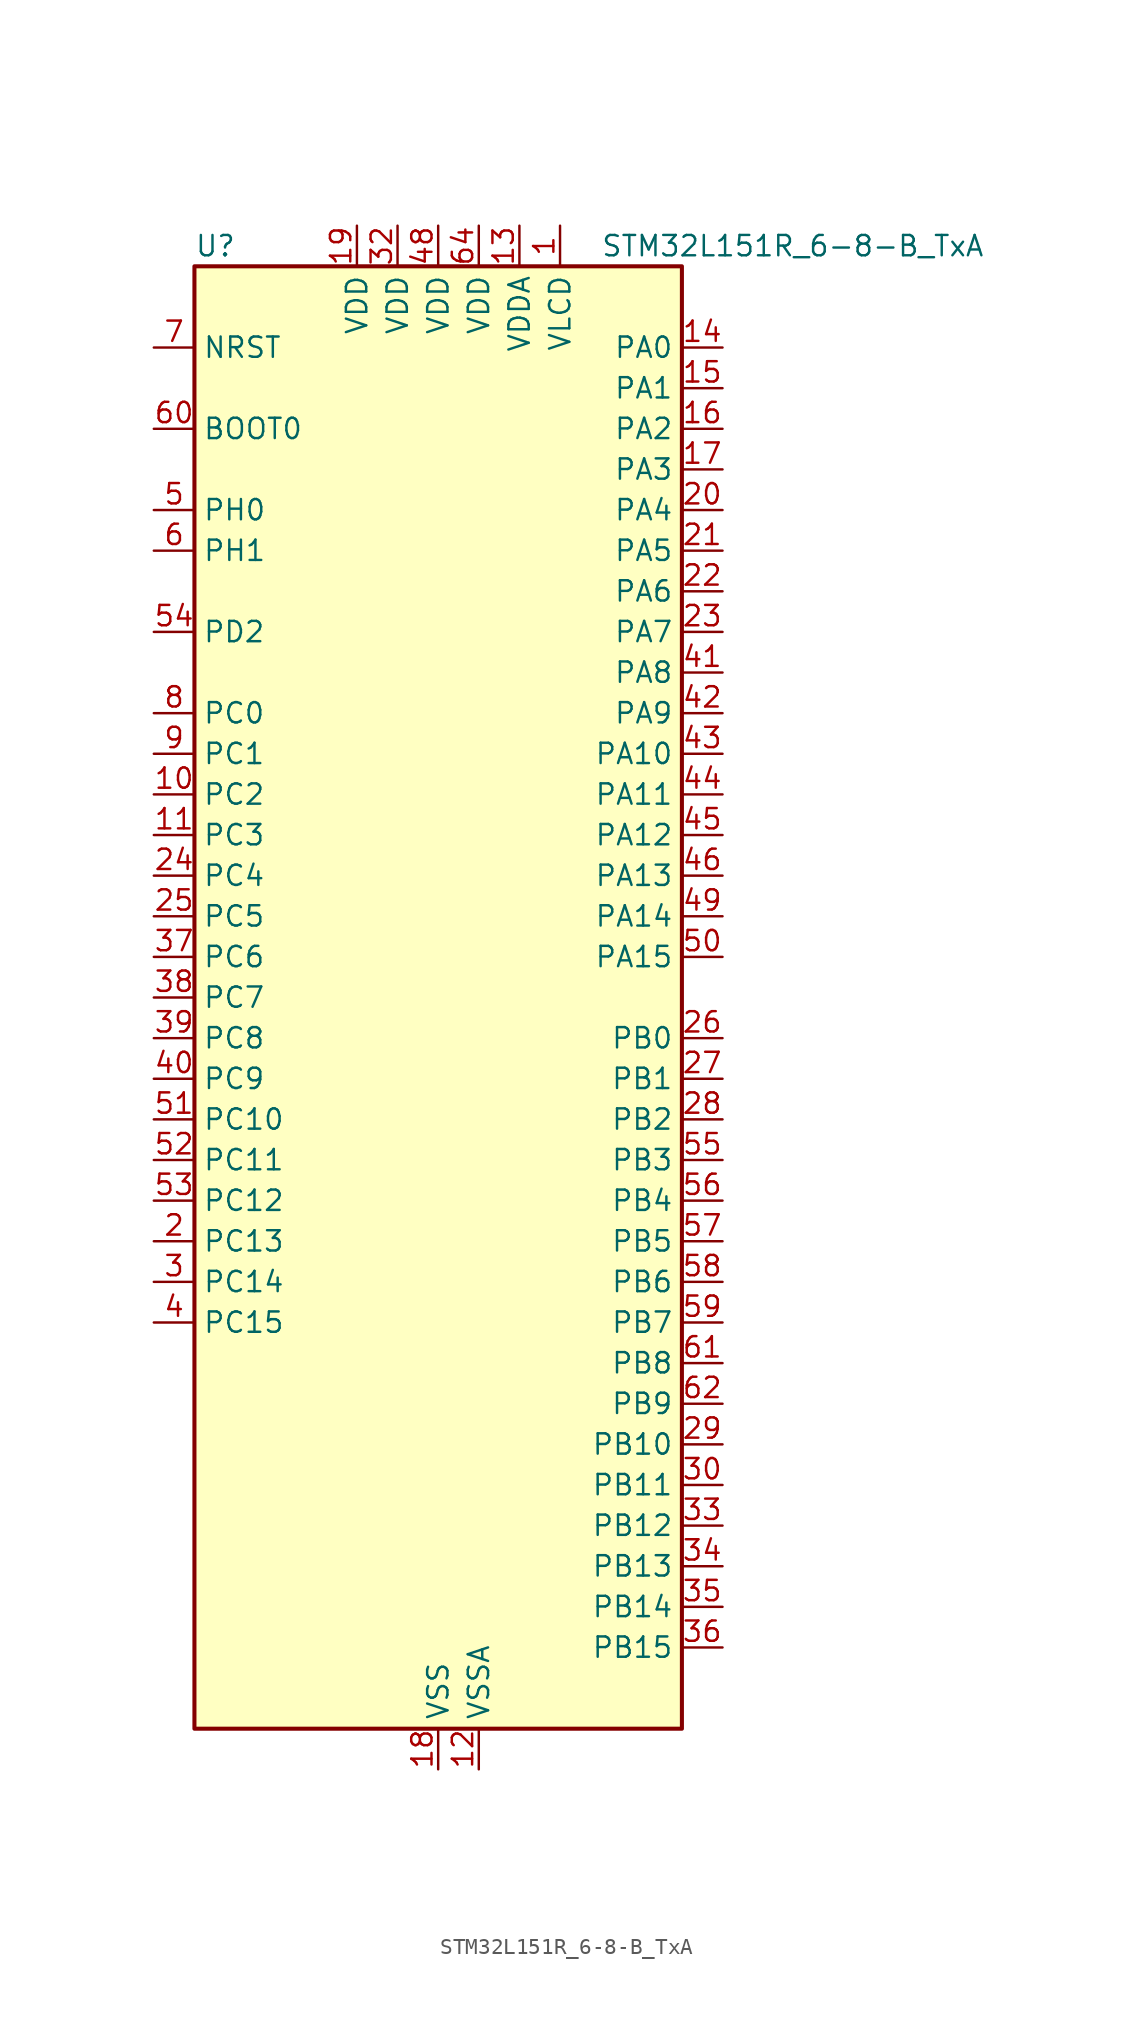
<source format=kicad_sym>
(kicad_symbol_lib
  (version 20241209)
  (generator "kicad_symbol_editor")
  (generator_version "9.0")
  (symbol "STM32L151R_6-8-B_TxA"
    (property "Reference" "U"
      (at -15.24 46.99 0)
      (effects (font (size 1.27 1.27)) (justify left)))
    (property "Value" "STM32L151R_6-8-B_TxA"
      (at 10.16 46.99 0)
      (effects (font (size 1.27 1.27)) (justify left)))
    (symbol "STM32L151R_6-8-B_TxA_0_1"
      (rectangle (start -15.24 -45.72) (end 15.24 45.72) (stroke (width 0.254) (type default)) (fill (type background))))
    (symbol "STM32L151R_6-8-B_TxA_1_1"
      (pin input line (at -17.78 40.64 0) (length 2.54) (name "NRST" (effects (font (size 1.27 1.27)))) (number "7" (effects (font (size 1.27 1.27)))))
      (pin input line (at -17.78 35.56 0) (length 2.54) (name "BOOT0" (effects (font (size 1.27 1.27)))) (number "60" (effects (font (size 1.27 1.27)))))
      (pin bidirectional line (at -17.78 30.48 0) (length 2.54) (name "PH0" (effects (font (size 1.27 1.27)))) (number "5" (effects (font (size 1.27 1.27)))) (alternate "RCC_OSC_IN" bidirectional line))
      (pin bidirectional line (at -17.78 27.94 0) (length 2.54) (name "PH1" (effects (font (size 1.27 1.27)))) (number "6" (effects (font (size 1.27 1.27)))) (alternate "RCC_OSC_OUT" bidirectional line))
      (pin bidirectional line (at -17.78 22.86 0) (length 2.54) (name "PD2" (effects (font (size 1.27 1.27)))) (number "54" (effects (font (size 1.27 1.27)))) (alternate "TIM3_ETR" bidirectional line) (alternate "TIMX_IC3" bidirectional line))
      (pin bidirectional line (at -17.78 17.78 0) (length 2.54) (name "PC0" (effects (font (size 1.27 1.27)))) (number "8" (effects (font (size 1.27 1.27)))) (alternate "ADC_IN10" bidirectional line) (alternate "COMP1_INP" bidirectional line) (alternate "TIMX_IC1" bidirectional line) (alternate "TS_G8_IO1" bidirectional line))
      (pin bidirectional line (at -17.78 15.24 0) (length 2.54) (name "PC1" (effects (font (size 1.27 1.27)))) (number "9" (effects (font (size 1.27 1.27)))) (alternate "ADC_IN11" bidirectional line) (alternate "COMP1_INP" bidirectional line) (alternate "TIMX_IC2" bidirectional line) (alternate "TS_G8_IO2" bidirectional line))
      (pin bidirectional line (at -17.78 12.7 0) (length 2.54) (name "PC2" (effects (font (size 1.27 1.27)))) (number "10" (effects (font (size 1.27 1.27)))) (alternate "ADC_IN12" bidirectional line) (alternate "COMP1_INP" bidirectional line) (alternate "TIMX_IC3" bidirectional line) (alternate "TS_G8_IO3" bidirectional line))
      (pin bidirectional line (at -17.78 10.16 0) (length 2.54) (name "PC3" (effects (font (size 1.27 1.27)))) (number "11" (effects (font (size 1.27 1.27)))) (alternate "ADC_IN13" bidirectional line) (alternate "COMP1_INP" bidirectional line) (alternate "TIMX_IC4" bidirectional line) (alternate "TS_G8_IO4" bidirectional line))
      (pin bidirectional line (at -17.78 7.62 0) (length 2.54) (name "PC4" (effects (font (size 1.27 1.27)))) (number "24" (effects (font (size 1.27 1.27)))) (alternate "ADC_IN14" bidirectional line) (alternate "COMP1_INP" bidirectional line) (alternate "TIMX_IC1" bidirectional line) (alternate "TS_G9_IO1" bidirectional line))
      (pin bidirectional line (at -17.78 5.08 0) (length 2.54) (name "PC5" (effects (font (size 1.27 1.27)))) (number "25" (effects (font (size 1.27 1.27)))) (alternate "ADC_IN15" bidirectional line) (alternate "COMP1_INP" bidirectional line) (alternate "TIMX_IC2" bidirectional line) (alternate "TS_G9_IO2" bidirectional line))
      (pin bidirectional line (at -17.78 2.54 0) (length 2.54) (name "PC6" (effects (font (size 1.27 1.27)))) (number "37" (effects (font (size 1.27 1.27)))) (alternate "TIM3_CH1" bidirectional line) (alternate "TIMX_IC3" bidirectional line) (alternate "TS_G10_IO1" bidirectional line))
      (pin bidirectional line (at -17.78 0 0) (length 2.54) (name "PC7" (effects (font (size 1.27 1.27)))) (number "38" (effects (font (size 1.27 1.27)))) (alternate "TIM3_CH2" bidirectional line) (alternate "TIMX_IC4" bidirectional line) (alternate "TS_G10_IO2" bidirectional line))
      (pin bidirectional line (at -17.78 -2.54 0) (length 2.54) (name "PC8" (effects (font (size 1.27 1.27)))) (number "39" (effects (font (size 1.27 1.27)))) (alternate "TIM3_CH3" bidirectional line) (alternate "TIMX_IC1" bidirectional line) (alternate "TS_G10_IO3" bidirectional line))
      (pin bidirectional line (at -17.78 -5.08 0) (length 2.54) (name "PC9" (effects (font (size 1.27 1.27)))) (number "40" (effects (font (size 1.27 1.27)))) (alternate "DAC_EXTI9" bidirectional line) (alternate "TIM3_CH4" bidirectional line) (alternate "TIMX_IC2" bidirectional line) (alternate "TS_G10_IO4" bidirectional line))
      (pin bidirectional line (at -17.78 -7.62 0) (length 2.54) (name "PC10" (effects (font (size 1.27 1.27)))) (number "51" (effects (font (size 1.27 1.27)))) (alternate "TIMX_IC3" bidirectional line) (alternate "USART3_TX" bidirectional line))
      (pin bidirectional line (at -17.78 -10.16 0) (length 2.54) (name "PC11" (effects (font (size 1.27 1.27)))) (number "52" (effects (font (size 1.27 1.27)))) (alternate "ADC_EXTI11" bidirectional line) (alternate "TIMX_IC4" bidirectional line) (alternate "USART3_RX" bidirectional line))
      (pin bidirectional line (at -17.78 -12.7 0) (length 2.54) (name "PC12" (effects (font (size 1.27 1.27)))) (number "53" (effects (font (size 1.27 1.27)))) (alternate "TIMX_IC1" bidirectional line) (alternate "USART3_CK" bidirectional line))
      (pin bidirectional line (at -17.78 -15.24 0) (length 2.54) (name "PC13" (effects (font (size 1.27 1.27)))) (number "2" (effects (font (size 1.27 1.27)))) (alternate "RTC_OUT_ALARM" bidirectional line) (alternate "RTC_OUT_CALIB" bidirectional line) (alternate "RTC_TAMP1" bidirectional line) (alternate "RTC_TS" bidirectional line) (alternate "SYS_WKUP2" bidirectional line) (alternate "TIMX_IC2" bidirectional line))
      (pin bidirectional line (at -17.78 -17.78 0) (length 2.54) (name "PC14" (effects (font (size 1.27 1.27)))) (number "3" (effects (font (size 1.27 1.27)))) (alternate "RCC_OSC32_IN" bidirectional line) (alternate "TIMX_IC3" bidirectional line))
      (pin bidirectional line (at -17.78 -20.32 0) (length 2.54) (name "PC15" (effects (font (size 1.27 1.27)))) (number "4" (effects (font (size 1.27 1.27)))) (alternate "ADC_EXTI15" bidirectional line) (alternate "RCC_OSC32_OUT" bidirectional line) (alternate "TIMX_IC4" bidirectional line))
      (pin power_in line (at -5.08 48.26 270) (length 2.54) (name "VDD" (effects (font (size 1.27 1.27)))) (number "19" (effects (font (size 1.27 1.27)))))
      (pin power_in line (at -2.54 48.26 270) (length 2.54) (name "VDD" (effects (font (size 1.27 1.27)))) (number "32" (effects (font (size 1.27 1.27)))))
      (pin power_in line (at 0 48.26 270) (length 2.54) (name "VDD" (effects (font (size 1.27 1.27)))) (number "48" (effects (font (size 1.27 1.27)))))
      (pin power_in line (at 0 -48.26 90) (length 2.54) (name "VSS" (effects (font (size 1.27 1.27)))) (number "18" (effects (font (size 1.27 1.27)))))
      (pin passive line (at 0 -48.26 90) (length 2.54) (hide yes) (name "VSS" (effects (font (size 1.27 1.27)))) (number "31" (effects (font (size 1.27 1.27)))))
      (pin passive line (at 0 -48.26 90) (length 2.54) (hide yes) (name "VSS" (effects (font (size 1.27 1.27)))) (number "47" (effects (font (size 1.27 1.27)))))
      (pin passive line (at 0 -48.26 90) (length 2.54) (hide yes) (name "VSS" (effects (font (size 1.27 1.27)))) (number "63" (effects (font (size 1.27 1.27)))))
      (pin power_in line (at 2.54 48.26 270) (length 2.54) (name "VDD" (effects (font (size 1.27 1.27)))) (number "64" (effects (font (size 1.27 1.27)))))
      (pin power_in line (at 2.54 -48.26 90) (length 2.54) (name "VSSA" (effects (font (size 1.27 1.27)))) (number "12" (effects (font (size 1.27 1.27)))))
      (pin power_in line (at 5.08 48.26 270) (length 2.54) (name "VDDA" (effects (font (size 1.27 1.27)))) (number "13" (effects (font (size 1.27 1.27)))))
      (pin power_in line (at 7.62 48.26 270) (length 2.54) (name "VLCD" (effects (font (size 1.27 1.27)))) (number "1" (effects (font (size 1.27 1.27)))))
      (pin bidirectional line (at 17.78 40.64 180) (length 2.54) (name "PA0" (effects (font (size 1.27 1.27)))) (number "14" (effects (font (size 1.27 1.27)))) (alternate "ADC_IN0" bidirectional line) (alternate "COMP1_INP" bidirectional line) (alternate "RTC_TAMP2" bidirectional line) (alternate "SYS_WKUP1" bidirectional line) (alternate "TIM2_CH1" bidirectional line) (alternate "TIM2_ETR" bidirectional line) (alternate "TIMX_IC1" bidirectional line) (alternate "TS_G1_IO1" bidirectional line) (alternate "USART2_CTS" bidirectional line))
      (pin bidirectional line (at 17.78 38.1 180) (length 2.54) (name "PA1" (effects (font (size 1.27 1.27)))) (number "15" (effects (font (size 1.27 1.27)))) (alternate "ADC_IN1" bidirectional line) (alternate "COMP1_INP" bidirectional line) (alternate "TIM2_CH2" bidirectional line) (alternate "TIMX_IC2" bidirectional line) (alternate "TS_G1_IO2" bidirectional line) (alternate "USART2_RTS" bidirectional line))
      (pin bidirectional line (at 17.78 35.56 180) (length 2.54) (name "PA2" (effects (font (size 1.27 1.27)))) (number "16" (effects (font (size 1.27 1.27)))) (alternate "ADC_IN2" bidirectional line) (alternate "COMP1_INP" bidirectional line) (alternate "TIM2_CH3" bidirectional line) (alternate "TIM9_CH1" bidirectional line) (alternate "TIMX_IC3" bidirectional line) (alternate "TS_G1_IO3" bidirectional line) (alternate "USART2_TX" bidirectional line))
      (pin bidirectional line (at 17.78 33.02 180) (length 2.54) (name "PA3" (effects (font (size 1.27 1.27)))) (number "17" (effects (font (size 1.27 1.27)))) (alternate "ADC_IN3" bidirectional line) (alternate "COMP1_INP" bidirectional line) (alternate "TIM2_CH4" bidirectional line) (alternate "TIM9_CH2" bidirectional line) (alternate "TIMX_IC4" bidirectional line) (alternate "TS_G1_IO4" bidirectional line) (alternate "USART2_RX" bidirectional line))
      (pin bidirectional line (at 17.78 30.48 180) (length 2.54) (name "PA4" (effects (font (size 1.27 1.27)))) (number "20" (effects (font (size 1.27 1.27)))) (alternate "ADC_IN4" bidirectional line) (alternate "COMP1_INP" bidirectional line) (alternate "DAC_OUT1" bidirectional line) (alternate "SPI1_NSS" bidirectional line) (alternate "TIMX_IC1" bidirectional line) (alternate "USART2_CK" bidirectional line))
      (pin bidirectional line (at 17.78 27.94 180) (length 2.54) (name "PA5" (effects (font (size 1.27 1.27)))) (number "21" (effects (font (size 1.27 1.27)))) (alternate "ADC_IN5" bidirectional line) (alternate "COMP1_INP" bidirectional line) (alternate "DAC_OUT2" bidirectional line) (alternate "SPI1_SCK" bidirectional line) (alternate "TIM2_CH1" bidirectional line) (alternate "TIM2_ETR" bidirectional line) (alternate "TIMX_IC2" bidirectional line))
      (pin bidirectional line (at 17.78 25.4 180) (length 2.54) (name "PA6" (effects (font (size 1.27 1.27)))) (number "22" (effects (font (size 1.27 1.27)))) (alternate "ADC_IN6" bidirectional line) (alternate "COMP1_INP" bidirectional line) (alternate "SPI1_MISO" bidirectional line) (alternate "TIM10_CH1" bidirectional line) (alternate "TIM3_CH1" bidirectional line) (alternate "TIMX_IC3" bidirectional line) (alternate "TS_G2_IO1" bidirectional line))
      (pin bidirectional line (at 17.78 22.86 180) (length 2.54) (name "PA7" (effects (font (size 1.27 1.27)))) (number "23" (effects (font (size 1.27 1.27)))) (alternate "ADC_IN7" bidirectional line) (alternate "COMP1_INP" bidirectional line) (alternate "SPI1_MOSI" bidirectional line) (alternate "TIM11_CH1" bidirectional line) (alternate "TIM3_CH2" bidirectional line) (alternate "TIMX_IC4" bidirectional line) (alternate "TS_G2_IO2" bidirectional line))
      (pin bidirectional line (at 17.78 20.32 180) (length 2.54) (name "PA8" (effects (font (size 1.27 1.27)))) (number "41" (effects (font (size 1.27 1.27)))) (alternate "RCC_MCO" bidirectional line) (alternate "TIMX_IC1" bidirectional line) (alternate "TS_G4_IO1" bidirectional line) (alternate "USART1_CK" bidirectional line))
      (pin bidirectional line (at 17.78 17.78 180) (length 2.54) (name "PA9" (effects (font (size 1.27 1.27)))) (number "42" (effects (font (size 1.27 1.27)))) (alternate "DAC_EXTI9" bidirectional line) (alternate "TIMX_IC2" bidirectional line) (alternate "TS_G4_IO2" bidirectional line) (alternate "USART1_TX" bidirectional line))
      (pin bidirectional line (at 17.78 15.24 180) (length 2.54) (name "PA10" (effects (font (size 1.27 1.27)))) (number "43" (effects (font (size 1.27 1.27)))) (alternate "TIMX_IC3" bidirectional line) (alternate "TS_G4_IO3" bidirectional line) (alternate "USART1_RX" bidirectional line))
      (pin bidirectional line (at 17.78 12.7 180) (length 2.54) (name "PA11" (effects (font (size 1.27 1.27)))) (number "44" (effects (font (size 1.27 1.27)))) (alternate "ADC_EXTI11" bidirectional line) (alternate "SPI1_MISO" bidirectional line) (alternate "TIMX_IC4" bidirectional line) (alternate "USART1_CTS" bidirectional line) (alternate "USB_DM" bidirectional line))
      (pin bidirectional line (at 17.78 10.16 180) (length 2.54) (name "PA12" (effects (font (size 1.27 1.27)))) (number "45" (effects (font (size 1.27 1.27)))) (alternate "SPI1_MOSI" bidirectional line) (alternate "TIMX_IC1" bidirectional line) (alternate "USART1_RTS" bidirectional line) (alternate "USB_DP" bidirectional line))
      (pin bidirectional line (at 17.78 7.62 180) (length 2.54) (name "PA13" (effects (font (size 1.27 1.27)))) (number "46" (effects (font (size 1.27 1.27)))) (alternate "SYS_JTMS-SWDIO" bidirectional line) (alternate "TIMX_IC2" bidirectional line) (alternate "TS_G5_IO1" bidirectional line))
      (pin bidirectional line (at 17.78 5.08 180) (length 2.54) (name "PA14" (effects (font (size 1.27 1.27)))) (number "49" (effects (font (size 1.27 1.27)))) (alternate "SYS_JTCK-SWCLK" bidirectional line) (alternate "TIMX_IC3" bidirectional line) (alternate "TS_G5_IO2" bidirectional line))
      (pin bidirectional line (at 17.78 2.54 180) (length 2.54) (name "PA15" (effects (font (size 1.27 1.27)))) (number "50" (effects (font (size 1.27 1.27)))) (alternate "ADC_EXTI15" bidirectional line) (alternate "SPI1_NSS" bidirectional line) (alternate "SYS_JTDI" bidirectional line) (alternate "TIM2_CH1" bidirectional line) (alternate "TIM2_ETR" bidirectional line) (alternate "TIMX_IC4" bidirectional line) (alternate "TS_G5_IO3" bidirectional line))
      (pin bidirectional line (at 17.78 -2.54 180) (length 2.54) (name "PB0" (effects (font (size 1.27 1.27)))) (number "26" (effects (font (size 1.27 1.27)))) (alternate "ADC_IN8" bidirectional line) (alternate "COMP1_INP" bidirectional line) (alternate "SYS_V_REF_OUT" bidirectional line) (alternate "TIM3_CH3" bidirectional line) (alternate "TS_G3_IO1" bidirectional line))
      (pin bidirectional line (at 17.78 -5.08 180) (length 2.54) (name "PB1" (effects (font (size 1.27 1.27)))) (number "27" (effects (font (size 1.27 1.27)))) (alternate "ADC_IN9" bidirectional line) (alternate "COMP1_INP" bidirectional line) (alternate "SYS_V_REF_OUT" bidirectional line) (alternate "TIM3_CH4" bidirectional line) (alternate "TS_G3_IO2" bidirectional line))
      (pin bidirectional line (at 17.78 -7.62 180) (length 2.54) (name "PB2" (effects (font (size 1.27 1.27)))) (number "28" (effects (font (size 1.27 1.27)))) (alternate "TS_G3_IO3" bidirectional line))
      (pin bidirectional line (at 17.78 -10.16 180) (length 2.54) (name "PB3" (effects (font (size 1.27 1.27)))) (number "55" (effects (font (size 1.27 1.27)))) (alternate "COMP2_INM" bidirectional line) (alternate "SPI1_SCK" bidirectional line) (alternate "SYS_JTDO-TRACESWO" bidirectional line) (alternate "TIM2_CH2" bidirectional line))
      (pin bidirectional line (at 17.78 -12.7 180) (length 2.54) (name "PB4" (effects (font (size 1.27 1.27)))) (number "56" (effects (font (size 1.27 1.27)))) (alternate "COMP2_INP" bidirectional line) (alternate "SPI1_MISO" bidirectional line) (alternate "SYS_JTRST" bidirectional line) (alternate "TIM3_CH1" bidirectional line) (alternate "TS_G6_IO1" bidirectional line))
      (pin bidirectional line (at 17.78 -15.24 180) (length 2.54) (name "PB5" (effects (font (size 1.27 1.27)))) (number "57" (effects (font (size 1.27 1.27)))) (alternate "COMP2_INP" bidirectional line) (alternate "I2C1_SMBA" bidirectional line) (alternate "SPI1_MOSI" bidirectional line) (alternate "TIM3_CH2" bidirectional line) (alternate "TS_G6_IO2" bidirectional line))
      (pin bidirectional line (at 17.78 -17.78 180) (length 2.54) (name "PB6" (effects (font (size 1.27 1.27)))) (number "58" (effects (font (size 1.27 1.27)))) (alternate "I2C1_SCL" bidirectional line) (alternate "TIM4_CH1" bidirectional line) (alternate "TS_G6_IO3" bidirectional line) (alternate "USART1_TX" bidirectional line))
      (pin bidirectional line (at 17.78 -20.32 180) (length 2.54) (name "PB7" (effects (font (size 1.27 1.27)))) (number "59" (effects (font (size 1.27 1.27)))) (alternate "I2C1_SDA" bidirectional line) (alternate "SYS_PVD_IN" bidirectional line) (alternate "TIM4_CH2" bidirectional line) (alternate "TS_G6_IO4" bidirectional line) (alternate "USART1_RX" bidirectional line))
      (pin bidirectional line (at 17.78 -22.86 180) (length 2.54) (name "PB8" (effects (font (size 1.27 1.27)))) (number "61" (effects (font (size 1.27 1.27)))) (alternate "I2C1_SCL" bidirectional line) (alternate "TIM10_CH1" bidirectional line) (alternate "TIM4_CH3" bidirectional line))
      (pin bidirectional line (at 17.78 -25.4 180) (length 2.54) (name "PB9" (effects (font (size 1.27 1.27)))) (number "62" (effects (font (size 1.27 1.27)))) (alternate "DAC_EXTI9" bidirectional line) (alternate "I2C1_SDA" bidirectional line) (alternate "TIM11_CH1" bidirectional line) (alternate "TIM4_CH4" bidirectional line))
      (pin bidirectional line (at 17.78 -27.94 180) (length 2.54) (name "PB10" (effects (font (size 1.27 1.27)))) (number "29" (effects (font (size 1.27 1.27)))) (alternate "I2C2_SCL" bidirectional line) (alternate "TIM2_CH3" bidirectional line) (alternate "USART3_TX" bidirectional line))
      (pin bidirectional line (at 17.78 -30.48 180) (length 2.54) (name "PB11" (effects (font (size 1.27 1.27)))) (number "30" (effects (font (size 1.27 1.27)))) (alternate "ADC_EXTI11" bidirectional line) (alternate "I2C2_SDA" bidirectional line) (alternate "TIM2_CH4" bidirectional line) (alternate "USART3_RX" bidirectional line))
      (pin bidirectional line (at 17.78 -33.02 180) (length 2.54) (name "PB12" (effects (font (size 1.27 1.27)))) (number "33" (effects (font (size 1.27 1.27)))) (alternate "ADC_IN18" bidirectional line) (alternate "COMP1_INP" bidirectional line) (alternate "I2C2_SMBA" bidirectional line) (alternate "SPI2_NSS" bidirectional line) (alternate "TIM10_CH1" bidirectional line) (alternate "TS_G7_IO1" bidirectional line) (alternate "USART3_CK" bidirectional line))
      (pin bidirectional line (at 17.78 -35.56 180) (length 2.54) (name "PB13" (effects (font (size 1.27 1.27)))) (number "34" (effects (font (size 1.27 1.27)))) (alternate "ADC_IN19" bidirectional line) (alternate "COMP1_INP" bidirectional line) (alternate "SPI2_SCK" bidirectional line) (alternate "TIM9_CH1" bidirectional line) (alternate "TS_G7_IO2" bidirectional line) (alternate "USART3_CTS" bidirectional line))
      (pin bidirectional line (at 17.78 -38.1 180) (length 2.54) (name "PB14" (effects (font (size 1.27 1.27)))) (number "35" (effects (font (size 1.27 1.27)))) (alternate "ADC_IN20" bidirectional line) (alternate "COMP1_INP" bidirectional line) (alternate "SPI2_MISO" bidirectional line) (alternate "TIM9_CH2" bidirectional line) (alternate "TS_G7_IO3" bidirectional line) (alternate "USART3_RTS" bidirectional line))
      (pin bidirectional line (at 17.78 -40.64 180) (length 2.54) (name "PB15" (effects (font (size 1.27 1.27)))) (number "36" (effects (font (size 1.27 1.27)))) (alternate "ADC_EXTI15" bidirectional line) (alternate "ADC_IN21" bidirectional line) (alternate "COMP1_INP" bidirectional line) (alternate "RTC_REFIN" bidirectional line) (alternate "SPI2_MOSI" bidirectional line) (alternate "TIM11_CH1" bidirectional line) (alternate "TS_G7_IO4" bidirectional line)))))
</source>
